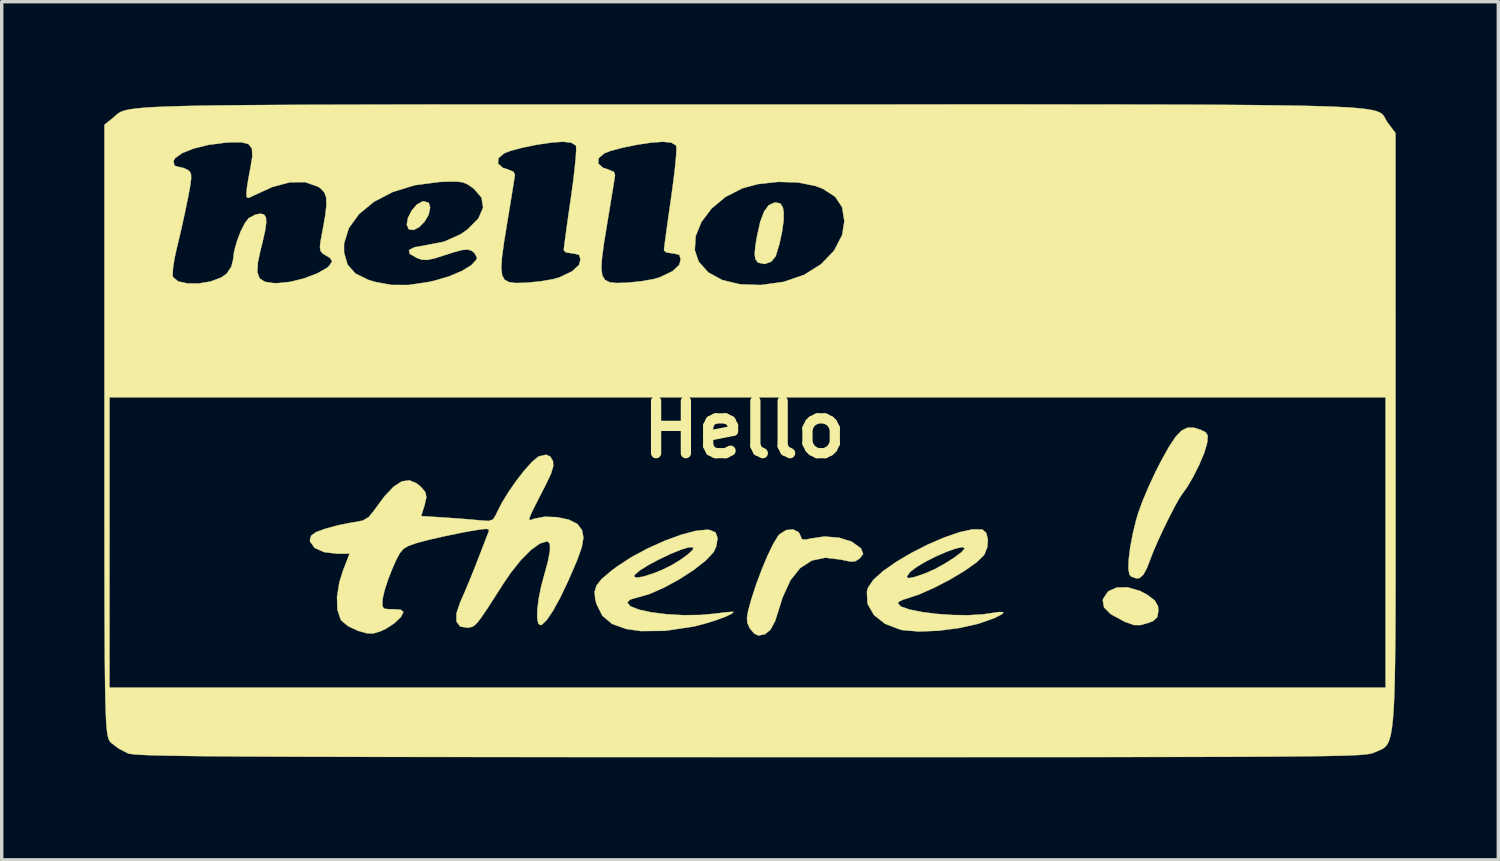
<source format=kicad_pcb>
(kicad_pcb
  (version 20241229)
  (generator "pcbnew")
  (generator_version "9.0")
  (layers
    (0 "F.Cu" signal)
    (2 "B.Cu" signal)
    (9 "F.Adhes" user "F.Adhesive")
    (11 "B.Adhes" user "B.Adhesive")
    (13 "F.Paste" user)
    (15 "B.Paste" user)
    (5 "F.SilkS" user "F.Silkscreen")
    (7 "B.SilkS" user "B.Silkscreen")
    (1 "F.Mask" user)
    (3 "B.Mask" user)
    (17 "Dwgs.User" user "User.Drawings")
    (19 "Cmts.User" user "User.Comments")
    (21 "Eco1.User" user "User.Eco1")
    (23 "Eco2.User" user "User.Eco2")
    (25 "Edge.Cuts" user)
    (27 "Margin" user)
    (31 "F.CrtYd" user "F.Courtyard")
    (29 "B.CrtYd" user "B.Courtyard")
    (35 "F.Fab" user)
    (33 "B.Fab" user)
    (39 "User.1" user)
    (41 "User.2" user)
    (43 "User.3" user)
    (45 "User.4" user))
  (footprint "Hello"
    (layer "F.Cu")
    (at 18.713 9.513)
    (property "Reference" "Hello" (at 0 0 0) (layer "F.SilkS") (effects (font (size 1.524 1.524) (thickness 0.3))))
    (attr through_hole)
    (fp_poly (pts (xy -9.222 -6.63) (xy -9.183 -6.492) (xy -9.229 -6.281) (xy -9.347 -6.08) (xy -9.504 -5.921) (xy -9.668 -5.837) (xy -9.808 -5.859) (xy -9.809 -5.859) (xy -9.868 -5.993) (xy -9.832 -6.191) (xy -9.726 -6.402) (xy -9.576 -6.579) (xy -9.409 -6.672) (xy -9.367 -6.677) (xy -9.222 -6.63)) (stroke (width 0.01) (type solid)) (fill yes) (layer "F.SilkS"))
    (fp_poly (pts (xy 11.574 4.717) (xy 11.779 4.826) (xy 12.006 4.995) (xy 12.101 5.164) (xy 12.113 5.292) (xy 12.081 5.486) (xy 11.956 5.599) (xy 11.849 5.642) (xy 11.594 5.716) (xy 11.399 5.715) (xy 11.169 5.634) (xy 11.088 5.598) (xy 10.717 5.395) (xy 10.523 5.199) (xy 10.487 4.992) (xy 10.497 4.95) (xy 10.641 4.733) (xy 10.892 4.619) (xy 11.214 4.613) (xy 11.574 4.717)) (stroke (width 0.01) (type solid)) (fill yes) (layer "F.SilkS"))
    (fp_poly (pts (xy 1.061 -6.611) (xy 1.13 -6.498) (xy 1.156 -6.35) (xy 1.152 -6.107) (xy 1.106 -5.782) (xy 1.031 -5.432) (xy 0.936 -5.115) (xy 0.916 -5.062) (xy 0.789 -4.91) (xy 0.6 -4.843) (xy 0.417 -4.88) (xy 0.384 -4.905) (xy 0.325 -4.993) (xy 0.307 -5.137) (xy 0.327 -5.369) (xy 0.37 -5.631) (xy 0.467 -6.07) (xy 0.581 -6.376) (xy 0.716 -6.561) (xy 0.881 -6.637) (xy 0.929 -6.64) (xy 1.061 -6.611)) (stroke (width 0.01) (type solid)) (fill yes) (layer "F.SilkS"))
    (fp_poly (pts (xy 13.344 0.004) (xy 13.496 0.079) (xy 13.556 0.175) (xy 13.546 0.343) (xy 13.529 0.431) (xy 13.447 0.699) (xy 13.304 1.034) (xy 13.129 1.383) (xy 12.949 1.689) (xy 12.82 1.866) (xy 12.726 2.008) (xy 12.589 2.253) (xy 12.428 2.565) (xy 12.259 2.909) (xy 12.101 3.25) (xy 11.97 3.552) (xy 11.898 3.737) (xy 11.778 4.049) (xy 11.674 4.241) (xy 11.57 4.335) (xy 11.478 4.354) (xy 11.315 4.295) (xy 11.267 4.24) (xy 11.236 4.074) (xy 11.245 3.8) (xy 11.288 3.451) (xy 11.361 3.058) (xy 11.459 2.656) (xy 11.525 2.432) (xy 11.649 2.093) (xy 11.824 1.677) (xy 12.026 1.243) (xy 12.192 0.917) (xy 12.424 0.5) (xy 12.619 0.208) (xy 12.793 0.028) (xy 12.964 -0.056) (xy 13.149 -0.056) (xy 13.344 0.004)) (stroke (width 0.01) (type solid)) (fill yes) (layer "F.SilkS"))
    (fp_poly (pts (xy 1.595 3.002) (xy 1.643 3.099) (xy 1.69 3.208) (xy 1.813 3.216) (xy 1.918 3.19) (xy 2.341 3.127) (xy 2.769 3.16) (xy 3.143 3.276) (xy 3.403 3.463) (xy 3.424 3.49) (xy 3.478 3.638) (xy 3.375 3.77) (xy 3.253 3.848) (xy 3.11 3.861) (xy 2.872 3.812) (xy 2.832 3.802) (xy 2.376 3.746) (xy 1.977 3.829) (xy 1.636 4.05) (xy 1.351 4.409) (xy 1.122 4.908) (xy 1.022 5.231) (xy 0.903 5.604) (xy 0.77 5.849) (xy 0.611 5.983) (xy 0.416 6.023) (xy 0.292 5.963) (xy 0.166 5.815) (xy 0.155 5.796) (xy 0.096 5.661) (xy 0.081 5.511) (xy 0.114 5.307) (xy 0.195 5.008) (xy 0.206 4.973) (xy 0.351 4.525) (xy 0.515 4.087) (xy 0.683 3.687) (xy 0.843 3.356) (xy 0.982 3.124) (xy 1.032 3.062) (xy 1.227 2.939) (xy 1.435 2.92) (xy 1.595 3.002)) (stroke (width 0.01) (type solid)) (fill yes) (layer "F.SilkS"))
    (fp_poly (pts (xy -1.007 2.936) (xy -0.839 3.006) (xy -0.783 3.156) (xy -0.782 3.199) (xy -0.818 3.417) (xy -0.891 3.579) (xy -1.12 3.825) (xy -1.469 4.099) (xy -1.891 4.373) (xy -2.337 4.617) (xy -2.762 4.805) (xy -3.116 4.908) (xy -3.134 4.911) (xy -3.337 4.971) (xy -3.419 5.056) (xy -3.328 5.167) (xy -3.08 5.265) (xy -2.714 5.344) (xy -2.268 5.399) (xy -1.78 5.427) (xy -1.289 5.421) (xy -0.879 5.385) (xy -0.581 5.348) (xy -0.374 5.329) (xy -0.313 5.331) (xy -0.358 5.382) (xy -0.538 5.467) (xy -0.806 5.567) (xy -1.115 5.665) (xy -1.416 5.745) (xy -1.492 5.761) (xy -2.313 5.884) (xy -3.02 5.892) (xy -3.448 5.831) (xy -3.862 5.683) (xy -4.148 5.444) (xy -4.32 5.098) (xy -4.356 4.955) (xy -4.374 4.743) (xy -4.319 4.559) (xy -4.168 4.369) (xy -4.08 4.294) (xy -3.224 4.294) (xy -3.148 4.332) (xy -2.937 4.296) (xy -2.622 4.192) (xy -2.393 4.099) (xy -2.12 3.964) (xy -1.855 3.802) (xy -1.636 3.642) (xy -1.502 3.513) (xy -1.487 3.443) (xy -1.616 3.441) (xy -1.852 3.512) (xy -2.155 3.636) (xy -2.483 3.791) (xy -2.794 3.957) (xy -3.046 4.114) (xy -3.198 4.242) (xy -3.224 4.294) (xy -4.08 4.294) (xy -3.897 4.139) (xy -3.719 4.005) (xy -3.299 3.731) (xy -2.822 3.475) (xy -2.325 3.251) (xy -1.846 3.076) (xy -1.423 2.963) (xy -1.093 2.928) (xy -1.007 2.936)) (stroke (width 0.01) (type solid)) (fill yes) (layer "F.SilkS"))
    (fp_poly (pts (xy 6.959 2.922) (xy 6.971 2.925) (xy 7.08 3.025) (xy 7.127 3.213) (xy 7.111 3.437) (xy 7.028 3.646) (xy 7.006 3.678) (xy 6.79 3.886) (xy 6.445 4.13) (xy 6.019 4.385) (xy 5.557 4.624) (xy 5.109 4.822) (xy 4.72 4.952) (xy 4.665 4.965) (xy 4.52 5.034) (xy 4.494 5.081) (xy 4.585 5.175) (xy 4.831 5.261) (xy 5.191 5.334) (xy 5.626 5.389) (xy 6.095 5.422) (xy 6.558 5.428) (xy 6.973 5.403) (xy 7.129 5.381) (xy 7.447 5.335) (xy 7.583 5.339) (xy 7.542 5.396) (xy 7.325 5.508) (xy 7.314 5.513) (xy 6.845 5.678) (xy 6.278 5.804) (xy 5.678 5.882) (xy 5.108 5.904) (xy 4.632 5.864) (xy 4.567 5.85) (xy 4.121 5.681) (xy 3.793 5.42) (xy 3.608 5.097) (xy 3.588 4.742) (xy 3.622 4.621) (xy 3.776 4.395) (xy 3.876 4.304) (xy 4.755 4.304) (xy 4.803 4.346) (xy 4.993 4.308) (xy 5.304 4.201) (xy 5.57 4.083) (xy 5.862 3.922) (xy 6.135 3.749) (xy 6.345 3.593) (xy 6.445 3.481) (xy 6.448 3.468) (xy 6.377 3.436) (xy 6.19 3.476) (xy 5.926 3.57) (xy 5.623 3.701) (xy 5.32 3.853) (xy 5.055 4.009) (xy 4.868 4.15) (xy 4.838 4.18) (xy 4.755 4.304) (xy 3.876 4.304) (xy 4.06 4.139) (xy 4.443 3.87) (xy 4.892 3.605) (xy 5.373 3.36) (xy 5.853 3.153) (xy 6.299 3) (xy 6.679 2.917) (xy 6.959 2.922)) (stroke (width 0.01) (type solid)) (fill yes) (layer "F.SilkS"))
    (fp_poly (pts (xy -5.675 0.787) (xy -5.661 0.802) (xy -5.59 0.926) (xy -5.585 1.078) (xy -5.651 1.292) (xy -5.796 1.599) (xy -5.822 1.649) (xy -6.026 2.047) (xy -6.168 2.327) (xy -6.252 2.508) (xy -6.286 2.608) (xy -6.275 2.646) (xy -6.225 2.64) (xy -6.142 2.607) (xy -6.136 2.605) (xy -5.836 2.548) (xy -5.473 2.561) (xy -5.128 2.634) (xy -4.884 2.756) (xy -4.87 2.768) (xy -4.742 2.943) (xy -4.702 3.156) (xy -4.749 3.438) (xy -4.885 3.817) (xy -4.89 3.831) (xy -5.145 4.421) (xy -5.38 4.914) (xy -5.591 5.298) (xy -5.771 5.565) (xy -5.915 5.704) (xy -5.952 5.719) (xy -6.021 5.674) (xy -6.053 5.513) (xy -6.049 5.26) (xy -6.009 4.942) (xy -5.936 4.583) (xy -5.864 4.314) (xy -5.74 3.859) (xy -5.68 3.536) (xy -5.683 3.34) (xy -5.749 3.267) (xy -5.76 3.266) (xy -5.974 3.331) (xy -6.235 3.518) (xy -6.524 3.807) (xy -6.825 4.184) (xy -7.03 4.485) (xy -7.312 4.925) (xy -7.523 5.251) (xy -7.679 5.481) (xy -7.794 5.632) (xy -7.881 5.721) (xy -7.955 5.767) (xy -8.029 5.786) (xy -8.084 5.793) (xy -8.301 5.761) (xy -8.413 5.618) (xy -8.415 5.376) (xy -8.304 5.046) (xy -8.296 5.028) (xy -8.184 4.775) (xy -8.041 4.434) (xy -7.89 4.061) (xy -7.806 3.846) (xy -7.681 3.524) (xy -7.574 3.246) (xy -7.497 3.047) (xy -7.466 2.969) (xy -7.468 2.919) (xy -7.545 2.903) (xy -7.729 2.921) (xy -8.051 2.975) (xy -8.324 3.027) (xy -8.774 3.12) (xy -9.202 3.218) (xy -9.537 3.305) (xy -9.629 3.333) (xy -9.827 3.405) (xy -9.964 3.488) (xy -10.072 3.614) (xy -10.18 3.819) (xy -10.292 4.073) (xy -10.416 4.39) (xy -10.514 4.693) (xy -10.57 4.927) (xy -10.576 4.971) (xy -10.582 5.156) (xy -10.531 5.237) (xy -10.38 5.253) (xy -10.282 5.251) (xy -10.045 5.268) (xy -9.965 5.332) (xy -10.039 5.481) (xy -10.228 5.661) (xy -10.477 5.825) (xy -10.642 5.901) (xy -10.848 5.962) (xy -11.032 5.957) (xy -11.29 5.884) (xy -11.301 5.881) (xy -11.585 5.747) (xy -11.782 5.583) (xy -11.798 5.559) (xy -11.895 5.273) (xy -11.908 4.896) (xy -11.839 4.465) (xy -11.73 4.118) (xy -11.541 3.629) (xy -11.904 3.629) (xy -12.285 3.583) (xy -12.561 3.46) (xy -12.693 3.279) (xy -12.7 3.223) (xy -12.662 3.098) (xy -12.52 2.999) (xy -12.252 2.9) (xy -11.891 2.802) (xy -11.525 2.727) (xy -11.417 2.711) (xy -11.154 2.661) (xy -10.98 2.558) (xy -10.826 2.367) (xy -10.517 1.949) (xy -10.248 1.667) (xy -10.009 1.513) (xy -9.788 1.484) (xy -9.575 1.574) (xy -9.444 1.685) (xy -9.324 1.832) (xy -9.294 1.978) (xy -9.342 2.191) (xy -9.346 2.205) (xy -9.445 2.528) (xy -8.752 2.573) (xy -8.343 2.602) (xy -7.958 2.633) (xy -7.703 2.657) (xy -7.47 2.672) (xy -7.345 2.627) (xy -7.258 2.488) (xy -7.227 2.418) (xy -7.081 2.131) (xy -6.883 1.81) (xy -6.657 1.486) (xy -6.426 1.19) (xy -6.212 0.953) (xy -6.041 0.806) (xy -5.987 0.778) (xy -5.79 0.735) (xy -5.675 0.787)) (stroke (width 0.01) (type solid)) (fill yes) (layer "F.SilkS"))
    (fp_poly (pts (xy 9.494 -9.507) (xy 10.865 -9.506) (xy 12.091 -9.504) (xy 13.179 -9.501) (xy 14.139 -9.496) (xy 14.978 -9.489) (xy 15.705 -9.48) (xy 16.329 -9.47) (xy 16.857 -9.456) (xy 17.298 -9.44) (xy 17.661 -9.422) (xy 17.953 -9.399) (xy 18.183 -9.374) (xy 18.359 -9.345) (xy 18.49 -9.312) (xy 18.584 -9.274) (xy 18.649 -9.233) (xy 18.694 -9.186) (xy 18.727 -9.135) (xy 18.756 -9.079) (xy 18.79 -9.017) (xy 18.827 -8.963) (xy 19.047 -8.672) (xy 19.048 0.062) (xy 19.049 1.399) (xy 19.049 2.599) (xy 19.049 3.669) (xy 19.048 4.617) (xy 19.046 5.45) (xy 19.041 6.176) (xy 19.034 6.804) (xy 19.024 7.34) (xy 19.011 7.791) (xy 18.993 8.167) (xy 18.971 8.474) (xy 18.943 8.721) (xy 18.91 8.914) (xy 18.871 9.061) (xy 18.826 9.171) (xy 18.773 9.25) (xy 18.713 9.307) (xy 18.644 9.348) (xy 18.567 9.383) (xy 18.481 9.418) (xy 18.423 9.443) (xy 18.381 9.459) (xy 18.328 9.475) (xy 18.255 9.488) (xy 18.153 9.501) (xy 18.014 9.513) (xy 17.83 9.523) (xy 17.591 9.532) (xy 17.29 9.54) (xy 16.919 9.547) (xy 16.468 9.553) (xy 15.929 9.558) (xy 15.293 9.563) (xy 14.554 9.567) (xy 13.7 9.57) (xy 12.726 9.572) (xy 11.621 9.574) (xy 10.378 9.576) (xy 8.987 9.577) (xy 7.441 9.577) (xy 5.731 9.578) (xy 3.849 9.578) (xy 1.786 9.578) (xy 0.195 9.578) (xy -2.024 9.577) (xy -4.056 9.577) (xy -5.909 9.576) (xy -7.591 9.575) (xy -9.111 9.573) (xy -10.477 9.572) (xy -11.696 9.569) (xy -12.778 9.566) (xy -13.73 9.563) (xy -14.561 9.559) (xy -15.279 9.554) (xy -15.891 9.549) (xy -16.407 9.542) (xy -16.835 9.535) (xy -17.182 9.528) (xy -17.457 9.519) (xy -17.668 9.509) (xy -17.824 9.498) (xy -17.932 9.486) (xy -18.002 9.473) (xy -18.024 9.466) (xy -18.3 9.323) (xy -18.513 9.159) (xy -18.542 9.128) (xy -18.568 9.09) (xy -18.591 9.038) (xy -18.611 8.965) (xy -18.629 8.861) (xy -18.645 8.721) (xy -18.658 8.535) (xy -18.669 8.296) (xy -18.679 7.998) (xy -18.687 7.631) (xy -18.693 7.188) (xy -18.698 6.661) (xy -18.701 6.043) (xy -18.704 5.327) (xy -18.706 4.503) (xy -18.707 3.565) (xy -18.708 2.505) (xy -18.708 1.314) (xy -18.708 0.024) (xy -18.708 -0.943) (xy -18.562 -0.943) (xy -18.562 7.547) (xy 18.757 7.547) (xy 18.757 -0.943) (xy -18.562 -0.943) (xy -18.708 -0.943) (xy -18.708 -4.528) (xy -16.715 -4.528) (xy -16.704 -4.459) (xy -16.552 -4.334) (xy -16.281 -4.274) (xy -15.945 -4.274) (xy -15.599 -4.333) (xy -15.295 -4.447) (xy -15.139 -4.555) (xy -14.998 -4.762) (xy -14.947 -4.966) (xy -14.916 -5.21) (xy -14.835 -5.504) (xy -14.724 -5.798) (xy -14.599 -6.043) (xy -14.488 -6.185) (xy -14.292 -6.287) (xy -14.15 -6.314) (xy -14.044 -6.291) (xy -13.987 -6.209) (xy -13.977 -6.05) (xy -14.015 -5.793) (xy -14.101 -5.42) (xy -14.135 -5.29) (xy -14.222 -4.889) (xy -14.238 -4.607) (xy -14.174 -4.425) (xy -14.02 -4.323) (xy -13.767 -4.284) (xy -13.649 -4.282) (xy -13.273 -4.321) (xy -12.862 -4.424) (xy -12.482 -4.569) (xy -12.2 -4.731) (xy -12.128 -4.799) (xy -12.051 -4.924) (xy -12.109 -5.016) (xy -12.222 -5.086) (xy -12.331 -5.153) (xy -12.391 -5.227) (xy -12.407 -5.342) (xy -12.395 -5.438) (xy -11.702 -5.438) (xy -11.701 -5.177) (xy -11.599 -4.823) (xy -11.367 -4.563) (xy -10.981 -4.375) (xy -10.787 -4.317) (xy -10.312 -4.23) (xy -9.819 -4.229) (xy -9.248 -4.313) (xy -9.056 -4.355) (xy -8.628 -4.481) (xy -8.254 -4.64) (xy -7.974 -4.812) (xy -7.828 -4.975) (xy -7.815 -5.028) (xy -7.885 -5.161) (xy -7.963 -5.226) (xy -8.077 -5.265) (xy -8.244 -5.253) (xy -8.512 -5.181) (xy -8.715 -5.115) (xy -9.046 -5.01) (xy -9.26 -4.963) (xy -9.413 -4.966) (xy -9.562 -5.015) (xy -9.569 -5.018) (xy -9.781 -5.141) (xy -9.803 -5.249) (xy -9.637 -5.334) (xy -9.369 -5.38) (xy -8.775 -5.496) (xy -8.291 -5.713) (xy -8.09 -5.854) (xy -7.773 -6.174) (xy -7.636 -6.489) (xy -7.681 -6.784) (xy -7.909 -7.048) (xy -7.918 -7.054) (xy -8.083 -7.169) (xy -8.232 -7.232) (xy -8.426 -7.255) (xy -8.725 -7.25) (xy -8.919 -7.241) (xy -9.634 -7.147) (xy -10.277 -6.949) (xy -10.828 -6.662) (xy -11.264 -6.303) (xy -11.563 -5.89) (xy -11.702 -5.438) (xy -12.395 -5.438) (xy -12.384 -5.533) (xy -12.33 -5.821) (xy -12.253 -6.251) (xy -12.217 -6.563) (xy -12.224 -6.783) (xy -12.277 -6.936) (xy -12.38 -7.047) (xy -12.469 -7.107) (xy -12.843 -7.237) (xy -13.288 -7.232) (xy -13.804 -7.093) (xy -14.336 -6.849) (xy -14.494 -6.774) (xy -14.55 -6.801) (xy -14.557 -6.904) (xy -14.543 -7.058) (xy -14.505 -7.305) (xy -14.451 -7.595) (xy -14.443 -7.634) (xy -14.419 -7.779) (xy -7.199 -7.779) (xy -7.057 -7.654) (xy -6.936 -7.618) (xy -6.746 -7.54) (xy -6.705 -7.452) (xy -6.721 -7.343) (xy -6.757 -7.116) (xy -6.809 -6.795) (xy -6.872 -6.405) (xy -6.941 -5.988) (xy -7.029 -5.444) (xy -7.085 -5.027) (xy -7.103 -4.722) (xy -7.078 -4.511) (xy -7.003 -4.38) (xy -6.872 -4.31) (xy -6.679 -4.287) (xy -6.418 -4.293) (xy -6.317 -4.299) (xy -5.935 -4.338) (xy -5.585 -4.4) (xy -5.402 -4.452) (xy -5.029 -4.63) (xy -4.831 -4.817) (xy -4.787 -4.976) (xy -4.829 -5.111) (xy -4.992 -5.152) (xy -5.031 -5.153) (xy -5.215 -5.184) (xy -5.276 -5.243) (xy -5.267 -5.341) (xy -5.239 -5.559) (xy -5.196 -5.874) (xy -5.142 -6.263) (xy -5.079 -6.702) (xy -5.069 -6.765) (xy -5.008 -7.211) (xy -4.96 -7.611) (xy -4.943 -7.779) (xy -4.268 -7.779) (xy -4.126 -7.654) (xy -4.005 -7.618) (xy -3.81 -7.536) (xy -3.777 -7.44) (xy -3.794 -7.327) (xy -3.831 -7.097) (xy -3.884 -6.773) (xy -3.948 -6.382) (xy -4.015 -5.978) (xy -4.103 -5.436) (xy -4.158 -5.021) (xy -4.176 -4.717) (xy -4.149 -4.508) (xy -4.071 -4.378) (xy -3.937 -4.309) (xy -3.74 -4.287) (xy -3.475 -4.294) (xy -3.387 -4.299) (xy -3.004 -4.338) (xy -2.654 -4.4) (xy -2.472 -4.452) (xy -2.098 -4.63) (xy -1.9 -4.817) (xy -1.856 -4.976) (xy -1.898 -5.111) (xy -2.061 -5.152) (xy -2.1 -5.153) (xy -2.284 -5.184) (xy -2.346 -5.243) (xy -2.345 -5.246) (xy -1.444 -5.246) (xy -1.332 -4.914) (xy -1.052 -4.598) (xy -0.641 -4.374) (xy -0.122 -4.249) (xy 0.48 -4.228) (xy 1.14 -4.318) (xy 1.16 -4.322) (xy 1.752 -4.525) (xy 2.25 -4.838) (xy 2.629 -5.234) (xy 2.864 -5.689) (xy 2.929 -6.096) (xy 2.865 -6.5) (xy 2.662 -6.809) (xy 2.305 -7.04) (xy 2.081 -7.126) (xy 1.577 -7.227) (xy 0.994 -7.245) (xy 0.41 -7.181) (xy -0.056 -7.056) (xy -0.552 -6.801) (xy -0.956 -6.463) (xy -1.251 -6.072) (xy -1.42 -5.656) (xy -1.444 -5.246) (xy -2.345 -5.246) (xy -2.336 -5.341) (xy -2.308 -5.559) (xy -2.265 -5.874) (xy -2.211 -6.263) (xy -2.148 -6.702) (xy -2.139 -6.765) (xy -2.078 -7.211) (xy -2.029 -7.611) (xy -1.996 -7.942) (xy -1.981 -8.18) (xy -1.986 -8.301) (xy -1.988 -8.307) (xy -2.13 -8.392) (xy -2.37 -8.418) (xy -2.707 -8.394) (xy -3.126 -8.332) (xy -3.552 -8.245) (xy -3.912 -8.149) (xy -4.085 -8.083) (xy -4.257 -7.938) (xy -4.268 -7.779) (xy -4.943 -7.779) (xy -4.927 -7.942) (xy -4.912 -8.18) (xy -4.917 -8.301) (xy -4.919 -8.307) (xy -5.06 -8.392) (xy -5.301 -8.418) (xy -5.638 -8.394) (xy -6.057 -8.332) (xy -6.483 -8.245) (xy -6.843 -8.149) (xy -7.015 -8.083) (xy -7.188 -7.938) (xy -7.199 -7.779) (xy -14.419 -7.779) (xy -14.385 -7.986) (xy -14.395 -8.217) (xy -14.495 -8.349) (xy -14.704 -8.403) (xy -15.043 -8.4) (xy -15.187 -8.39) (xy -15.669 -8.326) (xy -16.1 -8.219) (xy -16.439 -8.084) (xy -16.646 -7.936) (xy -16.688 -7.856) (xy -16.664 -7.723) (xy -16.584 -7.693) (xy -16.398 -7.652) (xy -16.287 -7.602) (xy -16.215 -7.549) (xy -16.177 -7.471) (xy -16.173 -7.339) (xy -16.202 -7.123) (xy -16.263 -6.793) (xy -16.265 -6.785) (xy -16.351 -6.364) (xy -16.456 -5.886) (xy -16.561 -5.439) (xy -16.588 -5.33) (xy -16.659 -5.008) (xy -16.703 -4.728) (xy -16.715 -4.528) (xy -18.708 -4.528) (xy -18.708 -8.915) (xy -18.464 -9.111) (xy -18.408 -9.159) (xy -18.36 -9.204) (xy -18.311 -9.244) (xy -18.252 -9.28) (xy -18.176 -9.313) (xy -18.074 -9.343) (xy -17.937 -9.37) (xy -17.757 -9.393) (xy -17.526 -9.414) (xy -17.235 -9.432) (xy -16.875 -9.447) (xy -16.439 -9.461) (xy -15.917 -9.472) (xy -15.302 -9.481) (xy -14.585 -9.488) (xy -13.757 -9.494) (xy -12.81 -9.499) (xy -11.735 -9.502) (xy -10.525 -9.505) (xy -9.17 -9.506) (xy -7.663 -9.507) (xy -5.994 -9.507) (xy -4.156 -9.507) (xy -2.139 -9.507) (xy 0.064 -9.507) (xy 0.168 -9.507) (xy 2.391 -9.507) (xy 4.426 -9.507) (xy 6.283 -9.508) (xy 7.97 -9.508) (xy 9.494 -9.507)) (stroke (width 0.01) (type solid)) (fill yes) (layer "F.SilkS")))
  (gr_rect
    (start -3 -3)
    (end 40.767 22.095)
    (stroke (width 0.1) (type default))
    (fill no)
    (layer "Edge.Cuts")))
</source>
